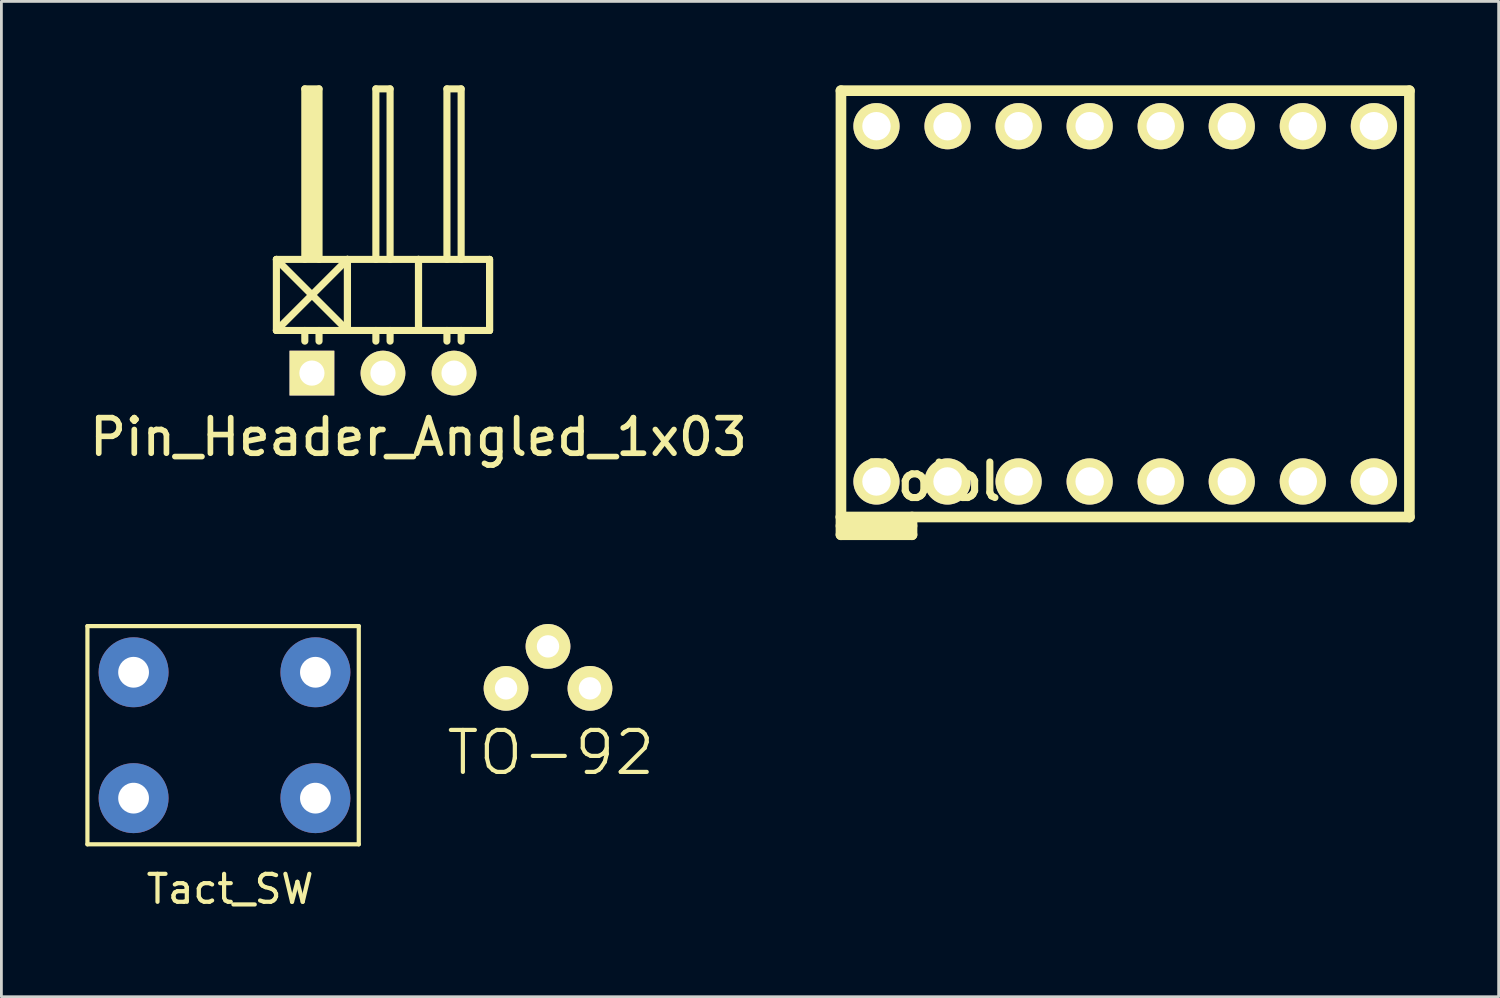
<source format=kicad_pcb>
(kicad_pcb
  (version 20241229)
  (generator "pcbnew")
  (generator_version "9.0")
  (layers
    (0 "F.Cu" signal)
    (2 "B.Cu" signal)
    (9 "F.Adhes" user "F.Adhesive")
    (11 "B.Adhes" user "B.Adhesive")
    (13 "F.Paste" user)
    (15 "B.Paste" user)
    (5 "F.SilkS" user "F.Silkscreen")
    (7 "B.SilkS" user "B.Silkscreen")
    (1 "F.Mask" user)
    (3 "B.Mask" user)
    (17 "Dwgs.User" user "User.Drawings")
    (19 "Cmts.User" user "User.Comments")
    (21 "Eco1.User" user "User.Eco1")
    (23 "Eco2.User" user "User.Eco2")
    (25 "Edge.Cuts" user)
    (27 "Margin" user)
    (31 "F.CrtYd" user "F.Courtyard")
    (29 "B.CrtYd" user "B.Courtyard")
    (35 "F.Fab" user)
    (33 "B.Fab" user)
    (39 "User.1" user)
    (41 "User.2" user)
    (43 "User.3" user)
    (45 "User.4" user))
  (footprint "Tact_SW"
    (layer "F.Cu")
    (at 4.975 23.231)
    (property "Reference" "Tact_SW" (at 0.2 5.5 0) (layer "F.SilkS") (effects (font (size 1 1) (thickness 0.15))))
    (attr through_hole)
    (fp_line (start -4.9 -3.9) (end 4.8 -3.9) (stroke (width 0.15) (type solid)) (layer "F.SilkS"))
    (fp_line (start -4.9 3.9) (end -4.9 -3.9) (stroke (width 0.15) (type solid)) (layer "F.SilkS"))
    (fp_line (start 4.8 -3.9) (end 4.8 3.9) (stroke (width 0.15) (type solid)) (layer "F.SilkS"))
    (fp_line (start 4.8 3.9) (end -4.9 3.9) (stroke (width 0.15) (type solid)) (layer "F.SilkS"))
    (pad "1" thru_hole circle (at -3.25 -2.25) (size 2.5 2.5) (drill 1.1) (layers "*.Cu" "*.Mask"))
    (pad "2" thru_hole circle (at -3.25 2.25) (size 2.5 2.5) (drill 1.1) (layers "*.Cu" "*.Mask"))
    (pad "3" thru_hole circle (at 3.25 -2.25) (size 2.5 2.5) (drill 1.1) (layers "*.Cu" "*.Mask"))
    (pad "4" thru_hole circle (at 3.25 2.25) (size 2.5 2.5) (drill 1.1) (layers "*.Cu" "*.Mask")))
  (footprint "Pin_Header_Angled_1x03"
    (layer "F.Cu")
    (at 10.41 10.287)
    (property "Reference" "Pin_Header_Angled_1x03" (at 1.5 2.286 0) (layer "F.SilkS") (effects (font (size 1.27 1.27) (thickness 0.203))))
    (attr through_hole)
    (fp_line (start -3.58 -4.064) (end -1.04 -1.524) (stroke (width 0.254) (type solid)) (layer "F.SilkS"))
    (fp_line (start -3.58 -1.524) (end -3.58 -4.064) (stroke (width 0.254) (type solid)) (layer "F.SilkS"))
    (fp_line (start -3.58 -1.524) (end -1.04 -1.524) (stroke (width 0.254) (type solid)) (layer "F.SilkS"))
    (fp_line (start -2.564 -10.16) (end -2.056 -10.16) (stroke (width 0.254) (type solid)) (layer "F.SilkS"))
    (fp_line (start -2.564 -4.064) (end -2.564 -10.16) (stroke (width 0.254) (type solid)) (layer "F.SilkS"))
    (fp_line (start -2.564 -1.524) (end -2.564 -1.143) (stroke (width 0.254) (type solid)) (layer "F.SilkS"))
    (fp_line (start -2.437 -10.033) (end -2.183 -10.033) (stroke (width 0.254) (type solid)) (layer "F.SilkS"))
    (fp_line (start -2.437 -4.191) (end -2.437 -10.033) (stroke (width 0.254) (type solid)) (layer "F.SilkS"))
    (fp_line (start -2.31 -4.191) (end -2.31 -10.033) (stroke (width 0.254) (type solid)) (layer "F.SilkS"))
    (fp_line (start -2.183 -10.033) (end -2.183 -4.191) (stroke (width 0.254) (type solid)) (layer "F.SilkS"))
    (fp_line (start -2.183 -4.191) (end -2.31 -4.191) (stroke (width 0.254) (type solid)) (layer "F.SilkS"))
    (fp_line (start -2.056 -10.16) (end -2.056 -4.064) (stroke (width 0.254) (type solid)) (layer "F.SilkS"))
    (fp_line (start -2.056 -1.524) (end -2.056 -1.143) (stroke (width 0.254) (type solid)) (layer "F.SilkS"))
    (fp_line (start -1.04 -4.064) (end -3.58 -4.064) (stroke (width 0.254) (type solid)) (layer "F.SilkS"))
    (fp_line (start -1.04 -4.064) (end -3.58 -1.524) (stroke (width 0.254) (type solid)) (layer "F.SilkS"))
    (fp_line (start -1.04 -1.524) (end -1.04 -4.064) (stroke (width 0.254) (type solid)) (layer "F.SilkS"))
    (fp_line (start -1.04 -1.524) (end -1.04 -4.064) (stroke (width 0.254) (type solid)) (layer "F.SilkS"))
    (fp_line (start -1.04 -1.524) (end 1.5 -1.524) (stroke (width 0.254) (type solid)) (layer "F.SilkS"))
    (fp_line (start -0.024 -10.16) (end 0.484 -10.16) (stroke (width 0.254) (type solid)) (layer "F.SilkS"))
    (fp_line (start -0.024 -4.064) (end -0.024 -10.16) (stroke (width 0.254) (type solid)) (layer "F.SilkS"))
    (fp_line (start -0.024 -1.524) (end -0.024 -1.143) (stroke (width 0.254) (type solid)) (layer "F.SilkS"))
    (fp_line (start 0.484 -10.16) (end 0.484 -4.064) (stroke (width 0.254) (type solid)) (layer "F.SilkS"))
    (fp_line (start 0.484 -1.524) (end 0.484 -1.143) (stroke (width 0.254) (type solid)) (layer "F.SilkS"))
    (fp_line (start 1.5 -4.064) (end -1.04 -4.064) (stroke (width 0.254) (type solid)) (layer "F.SilkS"))
    (fp_line (start 1.5 -1.524) (end 1.5 -4.064) (stroke (width 0.254) (type solid)) (layer "F.SilkS"))
    (fp_line (start 1.5 -1.524) (end 1.5 -4.064) (stroke (width 0.254) (type solid)) (layer "F.SilkS"))
    (fp_line (start 1.5 -1.524) (end 4.04 -1.524) (stroke (width 0.254) (type solid)) (layer "F.SilkS"))
    (fp_line (start 2.516 -10.16) (end 3.024 -10.16) (stroke (width 0.254) (type solid)) (layer "F.SilkS"))
    (fp_line (start 2.516 -4.064) (end 2.516 -10.16) (stroke (width 0.254) (type solid)) (layer "F.SilkS"))
    (fp_line (start 2.516 -1.524) (end 2.516 -1.143) (stroke (width 0.254) (type solid)) (layer "F.SilkS"))
    (fp_line (start 3.024 -10.16) (end 3.024 -4.064) (stroke (width 0.254) (type solid)) (layer "F.SilkS"))
    (fp_line (start 3.024 -1.524) (end 3.024 -1.143) (stroke (width 0.254) (type solid)) (layer "F.SilkS"))
    (fp_line (start 4.04 -4.064) (end 1.5 -4.064) (stroke (width 0.254) (type solid)) (layer "F.SilkS"))
    (fp_line (start 4.04 -1.524) (end 4.04 -4.064) (stroke (width 0.254) (type solid)) (layer "F.SilkS"))
    (fp_line (start 4.04 -1.524) (end 4.04 -4.064) (stroke (width 0.254) (type solid)) (layer "F.SilkS"))
    (pad "1" thru_hole rect (at -2.31 0) (size 1.6 1.6) (drill 0.9) (layers "*.Cu" "*.Mask" "F.SilkS"))
    (pad "2" thru_hole circle (at 0.23 0) (size 1.6 1.6) (drill 0.9) (layers "*.Cu" "*.Mask" "F.SilkS"))
    (pad "3" thru_hole circle (at 2.77 0) (size 1.6 1.6) (drill 0.9) (layers "*.Cu" "*.Mask" "F.SilkS")))
  (footprint "TO-92"
    (layer "F.Cu")
    (at 16.539 21.556)
    (property "Reference" "TO-92" (at 0.1 2.3 0) (layer "F.SilkS") (effects (font (size 1.5 1.5) (thickness 0.15))))
    (attr through_hole)
    (pad "1" thru_hole circle (at -1.5 0) (size 1.6 1.6) (drill 0.8) (layers "*.Cu" "*.Mask" "F.SilkS"))
    (pad "2" thru_hole circle (at 0 -1.5) (size 1.6 1.6) (drill 0.8) (layers "*.Cu" "*.Mask" "F.SilkS"))
    (pad "3" thru_hole circle (at 1.5 0) (size 1.6 1.6) (drill 0.8) (layers "*.Cu" "*.Mask" "F.SilkS")))
  (footprint "Pololu"
    (layer "F.Cu")
    (at 37.171 14.161)
    (property "Reference" "Pololu" (at -6.35 0 180) (layer "F.SilkS") (effects (font (size 1.27 1.27) (thickness 0.254))))
    (attr through_hole)
    (fp_line (start -10.16 -13.97) (end 10.16 -13.97) (stroke (width 0.381) (type solid)) (layer "F.SilkS"))
    (fp_line (start -10.16 1.27) (end -10.16 -13.97) (stroke (width 0.381) (type solid)) (layer "F.SilkS"))
    (fp_line (start -10.16 1.27) (end -10.16 1.905) (stroke (width 0.381) (type solid)) (layer "F.SilkS"))
    (fp_line (start -10.16 1.587) (end -7.62 1.587) (stroke (width 0.381) (type solid)) (layer "F.SilkS"))
    (fp_line (start -10.16 1.905) (end -7.62 1.905) (stroke (width 0.381) (type solid)) (layer "F.SilkS"))
    (fp_line (start -7.62 1.905) (end -7.62 1.27) (stroke (width 0.381) (type solid)) (layer "F.SilkS"))
    (fp_line (start 10.16 -13.97) (end 10.16 1.27) (stroke (width 0.381) (type solid)) (layer "F.SilkS"))
    (fp_line (start 10.16 1.27) (end -10.16 1.27) (stroke (width 0.381) (type solid)) (layer "F.SilkS"))
    (pad "1" thru_hole circle (at -8.89 0 180) (size 1.651 1.651) (drill 1.016) (layers "*.Cu" "*.Mask" "F.SilkS"))
    (pad "2" thru_hole circle (at -6.35 0 180) (size 1.651 1.651) (drill 1.016) (layers "*.Cu" "*.Mask" "F.SilkS"))
    (pad "3" thru_hole circle (at -3.81 0 180) (size 1.651 1.651) (drill 1.016) (layers "*.Cu" "*.Mask" "F.SilkS"))
    (pad "4" thru_hole circle (at -1.27 0 180) (size 1.651 1.651) (drill 1.016) (layers "*.Cu" "*.Mask" "F.SilkS"))
    (pad "5" thru_hole circle (at 1.27 0 180) (size 1.651 1.651) (drill 1.016) (layers "*.Cu" "*.Mask" "F.SilkS"))
    (pad "6" thru_hole circle (at 3.81 0 180) (size 1.651 1.651) (drill 1.016) (layers "*.Cu" "*.Mask" "F.SilkS"))
    (pad "7" thru_hole circle (at 6.35 0 180) (size 1.651 1.651) (drill 1.016) (layers "*.Cu" "*.Mask" "F.SilkS"))
    (pad "8" thru_hole circle (at 8.89 0 180) (size 1.651 1.651) (drill 1.016) (layers "*.Cu" "*.Mask" "F.SilkS"))
    (pad "9" thru_hole circle (at 8.89 -12.7 180) (size 1.651 1.651) (drill 1.016) (layers "*.Cu" "*.Mask" "F.SilkS"))
    (pad "10" thru_hole circle (at 6.35 -12.7 180) (size 1.651 1.651) (drill 1.016) (layers "*.Cu" "*.Mask" "F.SilkS"))
    (pad "11" thru_hole circle (at 3.81 -12.7 180) (size 1.651 1.651) (drill 1.016) (layers "*.Cu" "*.Mask" "F.SilkS"))
    (pad "12" thru_hole circle (at 1.27 -12.7 180) (size 1.651 1.651) (drill 1.016) (layers "*.Cu" "*.Mask" "F.SilkS"))
    (pad "13" thru_hole circle (at -1.27 -12.7 180) (size 1.651 1.651) (drill 1.016) (layers "*.Cu" "*.Mask" "F.SilkS"))
    (pad "14" thru_hole circle (at -3.81 -12.7 180) (size 1.651 1.651) (drill 1.016) (layers "*.Cu" "*.Mask" "F.SilkS"))
    (pad "15" thru_hole circle (at -6.35 -12.7 180) (size 1.651 1.651) (drill 1.016) (layers "*.Cu" "*.Mask" "F.SilkS"))
    (pad "16" thru_hole circle (at -8.89 -12.7 180) (size 1.651 1.651) (drill 1.016) (layers "*.Cu" "*.Mask" "F.SilkS")))
  (gr_rect
    (start -3 -3)
    (end 50.521 32.579)
    (stroke (width 0.1) (type default))
    (fill no)
    (layer "Edge.Cuts")))
</source>
